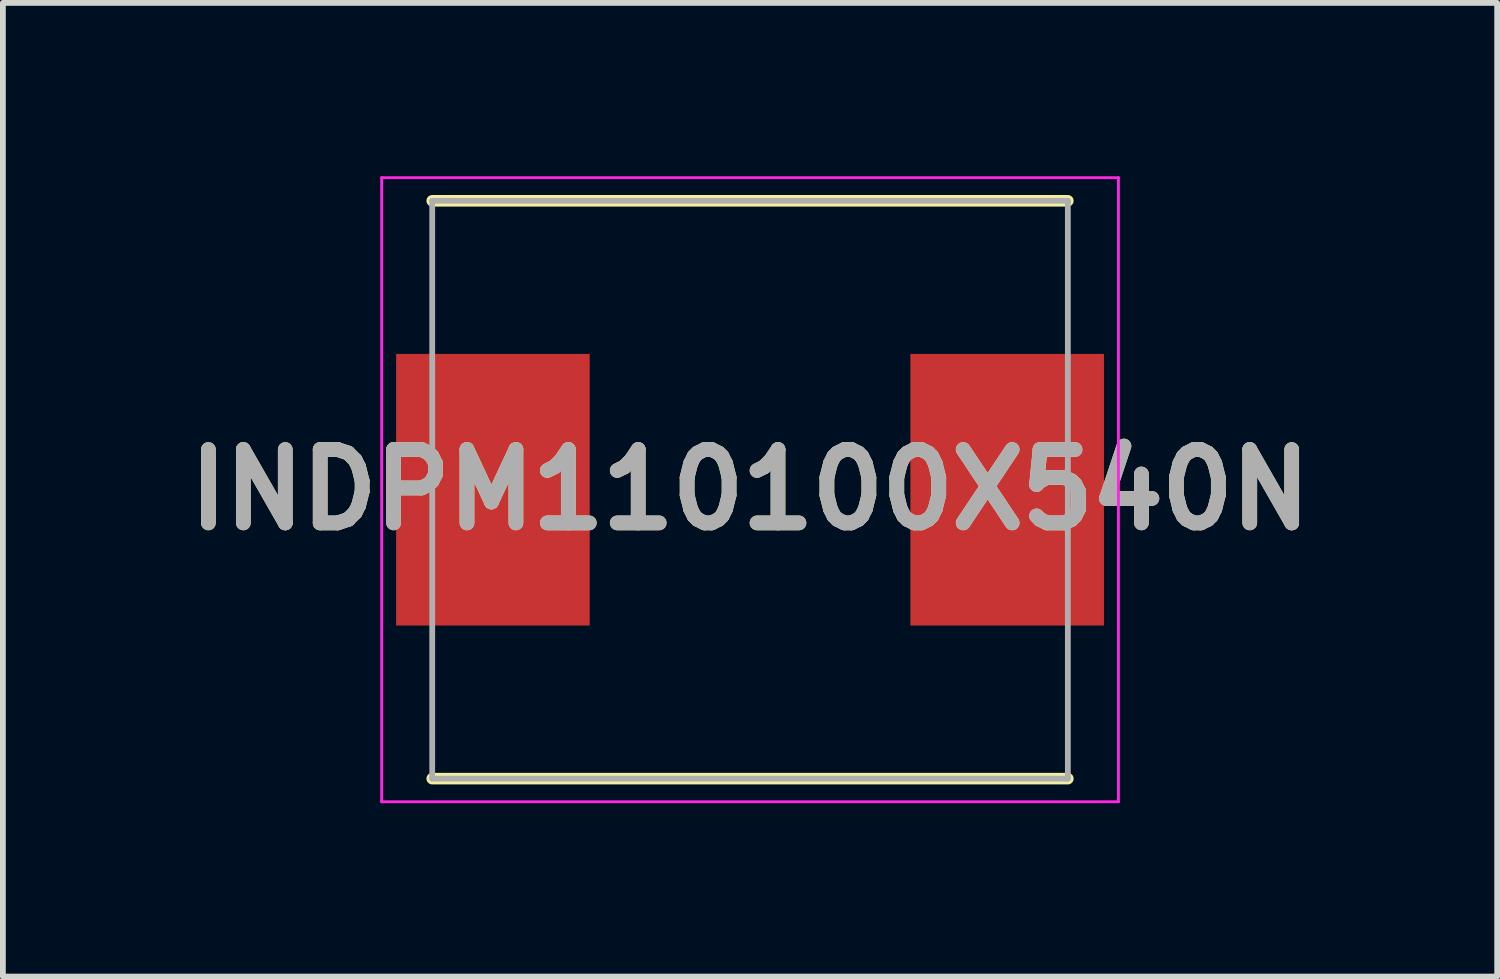
<source format=kicad_pcb>
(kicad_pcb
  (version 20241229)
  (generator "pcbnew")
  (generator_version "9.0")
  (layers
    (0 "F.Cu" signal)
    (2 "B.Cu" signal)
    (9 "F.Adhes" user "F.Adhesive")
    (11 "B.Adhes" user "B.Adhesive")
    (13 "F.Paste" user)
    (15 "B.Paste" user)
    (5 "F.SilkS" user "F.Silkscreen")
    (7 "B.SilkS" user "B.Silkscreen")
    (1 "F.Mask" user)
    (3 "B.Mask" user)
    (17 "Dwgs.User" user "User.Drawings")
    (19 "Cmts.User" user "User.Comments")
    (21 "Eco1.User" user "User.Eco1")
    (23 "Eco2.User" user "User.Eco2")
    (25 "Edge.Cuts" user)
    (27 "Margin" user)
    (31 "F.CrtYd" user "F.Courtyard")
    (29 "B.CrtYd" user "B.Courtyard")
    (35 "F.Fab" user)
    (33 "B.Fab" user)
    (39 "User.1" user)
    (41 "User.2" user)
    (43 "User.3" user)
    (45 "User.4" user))
  (footprint "INDPM110100X540N"
    (layer "F.Cu")
    (at 9.93 5.425)
    (property "Reference" "INDPM110100X540N" (at 0 0 0) (layer "F.SilkS") (effects (font (size 1.27 1.27) (thickness 0.254))))
    (attr smd)
    (fp_line (start -5.5 5) (end 5.5 5) (stroke (width 0.2) (type solid)) (layer "F.SilkS"))
    (fp_line (start 5.5 -5) (end -5.5 -5) (stroke (width 0.2) (type solid)) (layer "F.SilkS"))
    (fp_line (start -6.375 -5.4) (end 6.375 -5.4) (stroke (width 0.05) (type solid)) (layer "F.CrtYd"))
    (fp_line (start -6.375 5.4) (end -6.375 -5.4) (stroke (width 0.05) (type solid)) (layer "F.CrtYd"))
    (fp_line (start 6.375 -5.4) (end 6.375 5.4) (stroke (width 0.05) (type solid)) (layer "F.CrtYd"))
    (fp_line (start 6.375 5.4) (end -6.375 5.4) (stroke (width 0.05) (type solid)) (layer "F.CrtYd"))
    (fp_line (start -5.5 -5) (end 5.5 -5) (stroke (width 0.1) (type solid)) (layer "F.Fab"))
    (fp_line (start -5.5 5) (end -5.5 -5) (stroke (width 0.1) (type solid)) (layer "F.Fab"))
    (fp_line (start 5.5 -5) (end 5.5 5) (stroke (width 0.1) (type solid)) (layer "F.Fab"))
    (fp_line (start 5.5 5) (end -5.5 5) (stroke (width 0.1) (type solid)) (layer "F.Fab"))
    (fp_text user "${REFERENCE}" (at 0 0 0) (layer "F.Fab") (effects (font (size 1.27 1.27) (thickness 0.254))))
    (pad "1" smd rect (at -4.45 0) (size 3.35 4.7) (layers "F.Cu" "F.Mask" "F.Paste"))
    (pad "2" smd rect (at 4.45 0) (size 3.35 4.7) (layers "F.Cu" "F.Mask" "F.Paste")))
  (gr_rect
    (start -3 -3)
    (end 22.86 13.85)
    (stroke (width 0.1) (type default))
    (fill no)
    (layer "Edge.Cuts")))
</source>
